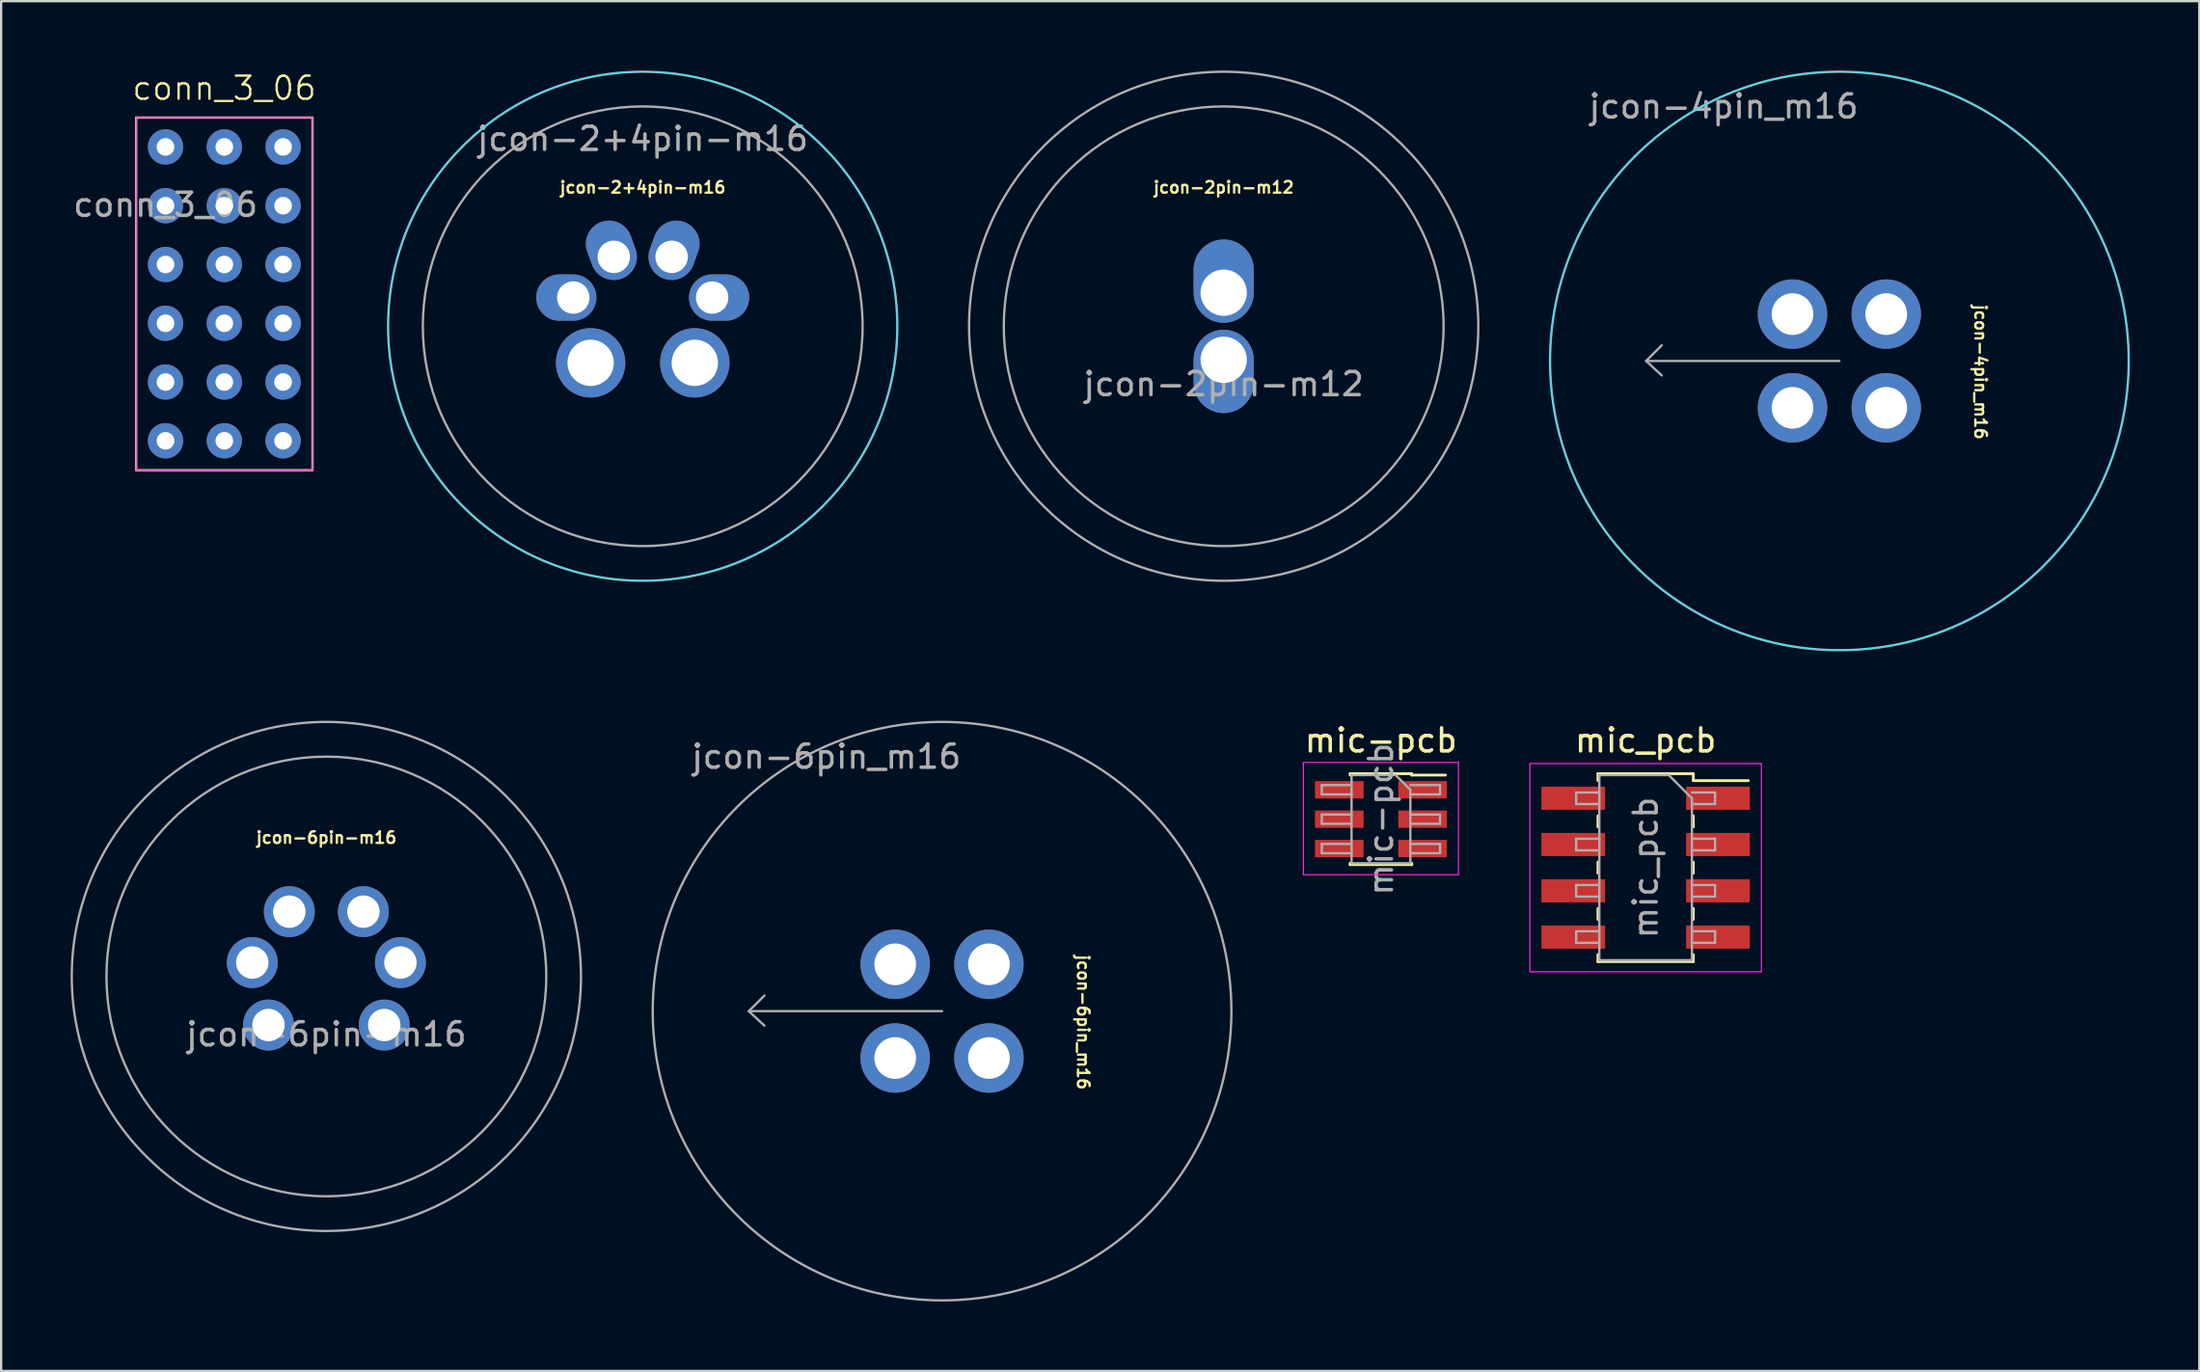
<source format=kicad_pcb>
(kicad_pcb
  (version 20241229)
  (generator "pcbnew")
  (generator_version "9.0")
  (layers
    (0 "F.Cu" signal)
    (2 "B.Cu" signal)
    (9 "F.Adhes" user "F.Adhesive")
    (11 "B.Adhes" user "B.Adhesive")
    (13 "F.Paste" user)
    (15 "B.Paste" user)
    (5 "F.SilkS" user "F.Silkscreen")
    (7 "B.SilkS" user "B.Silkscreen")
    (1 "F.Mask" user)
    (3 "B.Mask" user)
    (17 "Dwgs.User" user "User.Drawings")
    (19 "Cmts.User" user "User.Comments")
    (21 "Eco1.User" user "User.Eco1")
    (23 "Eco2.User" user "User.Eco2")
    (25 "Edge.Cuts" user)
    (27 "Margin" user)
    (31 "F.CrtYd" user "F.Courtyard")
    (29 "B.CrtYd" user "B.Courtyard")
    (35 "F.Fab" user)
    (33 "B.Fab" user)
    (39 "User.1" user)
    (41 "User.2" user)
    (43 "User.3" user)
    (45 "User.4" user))
  (footprint "jcon-2+4pin-m16"
    (layer "F.Cu")
    (at 24.717 11.05)
    (property "Reference" "jcon-2+4pin-m16" (at 0 -6 0) (unlocked yes) (layer "F.SilkS") (effects (font (size 0.5 0.5) (thickness 0.1))))
    (attr through_hole)
    (fp_circle (center 0 0) (end 11 0) (stroke (width 0.05) (type default)) (fill no) (layer "B.CrtYd"))
    (fp_circle (center 0 0) (end 9.5 0) (stroke (width 0.1) (type solid)) (fill no) (layer "F.Fab"))
    (fp_circle (center 0 0) (end 11 0) (stroke (width 0.1) (type solid)) (fill no) (layer "F.Fab"))
    (fp_text user "${REFERENCE}" (at 0 -8.1 0) (unlocked yes) (layer "F.Fab") (effects (font (size 1 1) (thickness 0.15))))
    (pad "1" thru_hole circle (at -2.25 1.58 90) (size 3 3) (drill 2) (layers "*.Cu" "*.Mask"))
    (pad "2" thru_hole oval (at -3 -1.24 90) (size 2 2.6) (drill 1.4 (offset 0 -0.3)) (layers "*.Cu" "*.Mask"))
    (pad "3" thru_hole oval (at -1.25 -3 110) (size 2.6 2) (drill 1.4 (offset 0.3 0)) (layers "*.Cu" "*.Mask"))
    (pad "4" thru_hole oval (at 1.25 -3 160) (size 2 2.6) (drill 1.4 (offset 0 0.3)) (layers "*.Cu" "*.Mask"))
    (pad "5" thru_hole oval (at 3 -1.24) (size 2.6 2) (drill 1.4 (offset 0.3 0)) (layers "*.Cu" "*.Mask"))
    (pad "6" thru_hole circle (at 2.25 1.58 90) (size 3 3) (drill 2) (layers "*.Cu" "*.Mask")))
  (footprint "jcon-2pin-m12"
    (layer "F.Cu")
    (at 49.817 11.05)
    (property "Reference" "jcon-2pin-m12" (at 0 -6 0) (unlocked yes) (layer "F.SilkS") (effects (font (size 0.5 0.5) (thickness 0.1))))
    (attr through_hole)
    (fp_circle (center 0 0) (end 9.5 0) (stroke (width 0.1) (type solid)) (fill no) (layer "F.Fab"))
    (fp_circle (center 0 0) (end 11 0) (stroke (width 0.1) (type solid)) (fill no) (layer "F.Fab"))
    (fp_text user "${REFERENCE}" (at 0 2.5 0) (unlocked yes) (layer "F.Fab") (effects (font (size 1 1) (thickness 0.15))))
    (pad "1" thru_hole oval (at 0 -1.45 90) (size 3.6 2.6) (drill 2 (offset 0.5 0)) (layers "*.Cu" "*.Mask"))
    (pad "2" thru_hole oval (at 0 1.45 270) (size 3.6 2.6) (drill 2 (offset 0.5 0)) (layers "*.Cu" "*.Mask")))
  (footprint "jcon-4pin_m16"
    (layer "F.Cu")
    (at 76.417 12.55)
    (property "Reference" "jcon-4pin_m16" (at 6.1 0.475 270) (unlocked yes) (layer "F.SilkS") (effects (font (size 0.5 0.5) (thickness 0.1))))
    (attr through_hole)
    (fp_circle (center 0 0) (end 12.5 0) (stroke (width 0.05) (type default)) (fill no) (layer "B.CrtYd"))
    (fp_line (start -8.35 0) (end -7.675 0.625) (stroke (width 0.1) (type solid)) (layer "F.Fab"))
    (fp_line (start -8.325 -0.025) (end -7.675 -0.675) (stroke (width 0.1) (type solid)) (layer "F.Fab"))
    (fp_line (start 0 0) (end -8.35 0) (stroke (width 0.1) (type solid)) (layer "F.Fab"))
    (fp_circle (center 0 0) (end 12.5 0) (stroke (width 0.1) (type solid)) (fill no) (layer "F.Fab"))
    (fp_text user "${REFERENCE}" (at -5 -11 0) (unlocked yes) (layer "F.Fab") (effects (font (size 1 1) (thickness 0.15))))
    (pad "1" thru_hole circle (at -2.025 2.025) (size 3 3) (drill 1.8) (layers "*.Cu" "*.Mask"))
    (pad "2" thru_hole circle (at 2.025 2.025) (size 3 3) (drill 1.8) (layers "*.Cu" "*.Mask"))
    (pad "3" thru_hole circle (at 2.025 -2.025) (size 3 3) (drill 1.8) (layers "*.Cu" "*.Mask"))
    (pad "4" thru_hole circle (at -2.025 -2.025) (size 3 3) (drill 1.8) (layers "*.Cu" "*.Mask")))
  (footprint "jcon-6pin-m16"
    (layer "F.Cu")
    (at 11.05 39.15)
    (property "Reference" "jcon-6pin-m16" (at 0 -6 0) (unlocked yes) (layer "F.SilkS") (effects (font (size 0.5 0.5) (thickness 0.1))))
    (attr through_hole)
    (fp_circle (center 0 0) (end 9.5 0) (stroke (width 0.1) (type solid)) (fill no) (layer "F.Fab"))
    (fp_circle (center 0 0) (end 11 0) (stroke (width 0.1) (type solid)) (fill no) (layer "F.Fab"))
    (fp_text user "${REFERENCE}" (at 0 2.5 0) (unlocked yes) (layer "F.Fab") (effects (font (size 1 1) (thickness 0.15))))
    (pad "1" thru_hole circle (at -2.5 2.1 90) (size 2.2 2.2) (drill 1.4) (layers "*.Cu" "*.Mask"))
    (pad "2" thru_hole circle (at -3.2 -0.6 90) (size 2.2 2.2) (drill 1.4) (layers "*.Cu" "*.Mask"))
    (pad "3" thru_hole circle (at -1.6 -2.8 90) (size 2.2 2.2) (drill 1.4) (layers "*.Cu" "*.Mask"))
    (pad "4" thru_hole circle (at 1.6 -2.8 90) (size 2.2 2.2) (drill 1.4) (layers "*.Cu" "*.Mask"))
    (pad "5" thru_hole circle (at 3.2 -0.6 90) (size 2.2 2.2) (drill 1.4) (layers "*.Cu" "*.Mask"))
    (pad "6" thru_hole circle (at 2.5 2.1 90) (size 2.2 2.2) (drill 1.4) (layers "*.Cu" "*.Mask")))
  (footprint "conn_3_06"
    (layer "F.Cu")
    (at 4.101 3.3)
    (property "Reference" "conn_3_06" (at 2.54 -2.54 0) (unlocked yes) (layer "F.SilkS") (effects (font (size 1 1) (thickness 0.1))))
    (attr through_hole)
    (fp_rect (start -1.27 -1.27) (end 6.35 13.97) (stroke (width 0.1) (type default)) (fill no) (layer "F.SilkS"))
    (fp_rect (start -1.27 -1.27) (end 6.35 13.97) (stroke (width 0.05) (type default)) (fill no) (layer "F.CrtYd"))
    (fp_text user "${REFERENCE}" (at 0 2.5 0) (unlocked yes) (layer "F.Fab") (effects (font (size 1 1) (thickness 0.15))))
    (pad "1" thru_hole circle (at 0 0) (size 1.524 1.524) (drill 0.762) (layers "*.Cu" "*.Mask"))
    (pad "2" thru_hole circle (at 2.54 0) (size 1.524 1.524) (drill 0.762) (layers "*.Cu" "*.Mask"))
    (pad "3" thru_hole circle (at 5.08 0) (size 1.524 1.524) (drill 0.762) (layers "*.Cu" "*.Mask"))
    (pad "4" thru_hole circle (at 0 2.54) (size 1.524 1.524) (drill 0.762) (layers "*.Cu" "*.Mask"))
    (pad "5" thru_hole circle (at 2.54 2.54) (size 1.524 1.524) (drill 0.762) (layers "*.Cu" "*.Mask"))
    (pad "6" thru_hole circle (at 5.08 2.54) (size 1.524 1.524) (drill 0.762) (layers "*.Cu" "*.Mask"))
    (pad "7" thru_hole circle (at 0 5.08) (size 1.524 1.524) (drill 0.762) (layers "*.Cu" "*.Mask"))
    (pad "8" thru_hole circle (at 2.54 5.08) (size 1.524 1.524) (drill 0.762) (layers "*.Cu" "*.Mask"))
    (pad "9" thru_hole circle (at 5.08 5.08) (size 1.524 1.524) (drill 0.762) (layers "*.Cu" "*.Mask"))
    (pad "10" thru_hole circle (at 0 7.62) (size 1.524 1.524) (drill 0.762) (layers "*.Cu" "*.Mask"))
    (pad "11" thru_hole circle (at 2.54 7.62) (size 1.524 1.524) (drill 0.762) (layers "*.Cu" "*.Mask"))
    (pad "12" thru_hole circle (at 5.08 7.62) (size 1.524 1.524) (drill 0.762) (layers "*.Cu" "*.Mask"))
    (pad "13" thru_hole circle (at 0 10.16) (size 1.524 1.524) (drill 0.762) (layers "*.Cu" "*.Mask"))
    (pad "14" thru_hole circle (at 2.54 10.16) (size 1.524 1.524) (drill 0.762) (layers "*.Cu" "*.Mask"))
    (pad "15" thru_hole circle (at 5.08 10.16) (size 1.524 1.524) (drill 0.762) (layers "*.Cu" "*.Mask"))
    (pad "16" thru_hole circle (at 0 12.7) (size 1.524 1.524) (drill 0.762) (layers "*.Cu" "*.Mask"))
    (pad "17" thru_hole circle (at 2.54 12.7) (size 1.524 1.524) (drill 0.762) (layers "*.Cu" "*.Mask"))
    (pad "18" thru_hole circle (at 5.08 12.7) (size 1.524 1.524) (drill 0.762) (layers "*.Cu" "*.Mask")))
  (footprint "mic_pcb"
    (layer "F.Cu")
    (at 68.046 34.448)
    (property "Reference" "mic_pcb" (at 0 -5.5 0) (layer "F.SilkS") (effects (font (size 1 1) (thickness 0.15))))
    (attr smd)
    (fp_line (start -2.06 -4.06) (end -2.06 -3.76) (stroke (width 0.12) (type solid)) (layer "F.SilkS"))
    (fp_line (start -2.06 -4.06) (end 2.06 -4.06) (stroke (width 0.12) (type solid)) (layer "F.SilkS"))
    (fp_line (start -2.06 -2.24) (end -2.06 -1.76) (stroke (width 0.12) (type solid)) (layer "F.SilkS"))
    (fp_line (start -2.06 -0.24) (end -2.06 0.24) (stroke (width 0.12) (type solid)) (layer "F.SilkS"))
    (fp_line (start -2.06 1.76) (end -2.06 2.24) (stroke (width 0.12) (type solid)) (layer "F.SilkS"))
    (fp_line (start -2.06 3.76) (end -2.06 4.06) (stroke (width 0.12) (type solid)) (layer "F.SilkS"))
    (fp_line (start -2.06 4.06) (end 2.06 4.06) (stroke (width 0.12) (type solid)) (layer "F.SilkS"))
    (fp_line (start 2.06 -4.06) (end 2.06 -3.76) (stroke (width 0.12) (type solid)) (layer "F.SilkS"))
    (fp_line (start 2.06 -3.76) (end 4.44 -3.76) (stroke (width 0.12) (type solid)) (layer "F.SilkS"))
    (fp_line (start 2.06 -2.24) (end 2.06 -1.76) (stroke (width 0.12) (type solid)) (layer "F.SilkS"))
    (fp_line (start 2.06 -0.24) (end 2.06 0.24) (stroke (width 0.12) (type solid)) (layer "F.SilkS"))
    (fp_line (start 2.06 1.76) (end 2.06 2.24) (stroke (width 0.12) (type solid)) (layer "F.SilkS"))
    (fp_line (start 2.06 3.76) (end 2.06 4.06) (stroke (width 0.12) (type solid)) (layer "F.SilkS"))
    (fp_line (start -5 -4.5) (end 5 -4.5) (stroke (width 0.05) (type solid)) (layer "F.CrtYd"))
    (fp_line (start -5 4.5) (end -5 -4.5) (stroke (width 0.05) (type solid)) (layer "F.CrtYd"))
    (fp_line (start 5 -4.5) (end 5 4.5) (stroke (width 0.05) (type solid)) (layer "F.CrtYd"))
    (fp_line (start 5 4.5) (end -5 4.5) (stroke (width 0.05) (type solid)) (layer "F.CrtYd"))
    (fp_line (start -3 -3.25) (end -2 -3.25) (stroke (width 0.1) (type solid)) (layer "F.Fab"))
    (fp_line (start -3 -2.75) (end -3 -3.25) (stroke (width 0.1) (type solid)) (layer "F.Fab"))
    (fp_line (start -3 -1.25) (end -2 -1.25) (stroke (width 0.1) (type solid)) (layer "F.Fab"))
    (fp_line (start -3 -0.75) (end -3 -1.25) (stroke (width 0.1) (type solid)) (layer "F.Fab"))
    (fp_line (start -3 0.75) (end -2 0.75) (stroke (width 0.1) (type solid)) (layer "F.Fab"))
    (fp_line (start -3 1.25) (end -3 0.75) (stroke (width 0.1) (type solid)) (layer "F.Fab"))
    (fp_line (start -3 2.75) (end -2 2.75) (stroke (width 0.1) (type solid)) (layer "F.Fab"))
    (fp_line (start -3 3.25) (end -3 2.75) (stroke (width 0.1) (type solid)) (layer "F.Fab"))
    (fp_line (start -2 -4) (end 1 -4) (stroke (width 0.1) (type solid)) (layer "F.Fab"))
    (fp_line (start -2 -2.75) (end -3 -2.75) (stroke (width 0.1) (type solid)) (layer "F.Fab"))
    (fp_line (start -2 -0.75) (end -3 -0.75) (stroke (width 0.1) (type solid)) (layer "F.Fab"))
    (fp_line (start -2 1.25) (end -3 1.25) (stroke (width 0.1) (type solid)) (layer "F.Fab"))
    (fp_line (start -2 3.25) (end -3 3.25) (stroke (width 0.1) (type solid)) (layer "F.Fab"))
    (fp_line (start -2 4) (end -2 -4) (stroke (width 0.1) (type solid)) (layer "F.Fab"))
    (fp_line (start 1 -4) (end 2 -3) (stroke (width 0.1) (type solid)) (layer "F.Fab"))
    (fp_line (start 2 -3.25) (end 3 -3.25) (stroke (width 0.1) (type solid)) (layer "F.Fab"))
    (fp_line (start 2 -3) (end 2 4) (stroke (width 0.1) (type solid)) (layer "F.Fab"))
    (fp_line (start 2 -1.25) (end 3 -1.25) (stroke (width 0.1) (type solid)) (layer "F.Fab"))
    (fp_line (start 2 0.75) (end 3 0.75) (stroke (width 0.1) (type solid)) (layer "F.Fab"))
    (fp_line (start 2 2.75) (end 3 2.75) (stroke (width 0.1) (type solid)) (layer "F.Fab"))
    (fp_line (start 2 4) (end -2 4) (stroke (width 0.1) (type solid)) (layer "F.Fab"))
    (fp_line (start 3 -3.25) (end 3 -2.75) (stroke (width 0.1) (type solid)) (layer "F.Fab"))
    (fp_line (start 3 -2.75) (end 2 -2.75) (stroke (width 0.1) (type solid)) (layer "F.Fab"))
    (fp_line (start 3 -1.25) (end 3 -0.75) (stroke (width 0.1) (type solid)) (layer "F.Fab"))
    (fp_line (start 3 -0.75) (end 2 -0.75) (stroke (width 0.1) (type solid)) (layer "F.Fab"))
    (fp_line (start 3 0.75) (end 3 1.25) (stroke (width 0.1) (type solid)) (layer "F.Fab"))
    (fp_line (start 3 1.25) (end 2 1.25) (stroke (width 0.1) (type solid)) (layer "F.Fab"))
    (fp_line (start 3 2.75) (end 3 3.25) (stroke (width 0.1) (type solid)) (layer "F.Fab"))
    (fp_line (start 3 3.25) (end 2 3.25) (stroke (width 0.1) (type solid)) (layer "F.Fab"))
    (fp_text user "${REFERENCE}" (at 0 0 90) (layer "F.Fab") (effects (font (size 1 1) (thickness 0.15))))
    (pad "1" smd rect (at 3.125 -3) (size 2.75 1) (layers "F.Cu" "F.Mask" "F.Paste"))
    (pad "2" smd rect (at -3.125 -3) (size 2.75 1) (layers "F.Cu" "F.Mask" "F.Paste"))
    (pad "3" smd rect (at 3.125 -1) (size 2.75 1) (layers "F.Cu" "F.Mask" "F.Paste"))
    (pad "4" smd rect (at -3.125 -1) (size 2.75 1) (layers "F.Cu" "F.Mask" "F.Paste"))
    (pad "5" smd rect (at 3.125 1) (size 2.75 1) (layers "F.Cu" "F.Mask" "F.Paste"))
    (pad "6" smd rect (at -3.125 1) (size 2.75 1) (layers "F.Cu" "F.Mask" "F.Paste"))
    (pad "7" smd rect (at 3.125 3) (size 2.75 1) (layers "F.Cu" "F.Mask" "F.Paste"))
    (pad "8" smd rect (at -3.125 3) (size 2.75 1) (layers "F.Cu" "F.Mask" "F.Paste")))
  (footprint "jcon-6pin_m16"
    (layer "F.Cu")
    (at 37.65 40.65)
    (property "Reference" "jcon-6pin_m16" (at 6.1 0.475 270) (unlocked yes) (layer "F.SilkS") (effects (font (size 0.5 0.5) (thickness 0.1))))
    (attr through_hole)
    (fp_line (start -8.35 0) (end -7.675 0.625) (stroke (width 0.1) (type solid)) (layer "F.Fab"))
    (fp_line (start -8.325 -0.025) (end -7.675 -0.675) (stroke (width 0.1) (type solid)) (layer "F.Fab"))
    (fp_line (start 0 0) (end -8.35 0) (stroke (width 0.1) (type solid)) (layer "F.Fab"))
    (fp_circle (center 0 0) (end 12.5 0) (stroke (width 0.1) (type solid)) (fill no) (layer "F.Fab"))
    (fp_text user "${REFERENCE}" (at -5 -11 0) (unlocked yes) (layer "F.Fab") (effects (font (size 1 1) (thickness 0.15))))
    (pad "1" thru_hole circle (at -2.025 2.025) (size 3 3) (drill 1.8) (layers "*.Cu" "*.Mask"))
    (pad "2" thru_hole circle (at 2.025 2.025) (size 3 3) (drill 1.8) (layers "*.Cu" "*.Mask"))
    (pad "3" thru_hole circle (at 2.025 -2.025) (size 3 3) (drill 1.8) (layers "*.Cu" "*.Mask"))
    (pad "4" thru_hole circle (at -2.025 -2.025) (size 3 3) (drill 1.8) (layers "*.Cu" "*.Mask")))
  (footprint "mic-pcb"
    (layer "F.Cu")
    (at 56.611 32.353)
    (property "Reference" "mic-pcb" (at 0 -3.405 0) (layer "F.SilkS") (effects (font (size 1 1) (thickness 0.15))))
    (attr smd)
    (fp_line (start -1.33 -1.965) (end -1.33 -1.905) (stroke (width 0.12) (type solid)) (layer "F.SilkS"))
    (fp_line (start -1.33 -1.965) (end 1.33 -1.965) (stroke (width 0.12) (type solid)) (layer "F.SilkS"))
    (fp_line (start -1.33 1.905) (end -1.33 1.965) (stroke (width 0.12) (type solid)) (layer "F.SilkS"))
    (fp_line (start -1.33 1.965) (end 1.33 1.965) (stroke (width 0.12) (type solid)) (layer "F.SilkS"))
    (fp_line (start 1.33 -1.965) (end 1.33 -1.905) (stroke (width 0.12) (type solid)) (layer "F.SilkS"))
    (fp_line (start 1.33 -1.905) (end 2.79 -1.905) (stroke (width 0.12) (type solid)) (layer "F.SilkS"))
    (fp_line (start 1.33 1.905) (end 1.33 1.965) (stroke (width 0.12) (type solid)) (layer "F.SilkS"))
    (fp_line (start -3.35 -2.45) (end 3.35 -2.45) (stroke (width 0.05) (type solid)) (layer "F.CrtYd"))
    (fp_line (start -3.35 2.4) (end -3.35 -2.45) (stroke (width 0.05) (type solid)) (layer "F.CrtYd"))
    (fp_line (start 3.35 -2.45) (end 3.35 2.4) (stroke (width 0.05) (type solid)) (layer "F.CrtYd"))
    (fp_line (start 3.35 2.4) (end -3.35 2.4) (stroke (width 0.05) (type solid)) (layer "F.CrtYd"))
    (fp_line (start -2.555 -1.47) (end -1.27 -1.47) (stroke (width 0.1) (type solid)) (layer "F.Fab"))
    (fp_line (start -2.555 -1.07) (end -2.555 -1.47) (stroke (width 0.1) (type solid)) (layer "F.Fab"))
    (fp_line (start -2.555 -0.2) (end -1.27 -0.2) (stroke (width 0.1) (type solid)) (layer "F.Fab"))
    (fp_line (start -2.555 0.2) (end -2.555 -0.2) (stroke (width 0.1) (type solid)) (layer "F.Fab"))
    (fp_line (start -2.555 1.07) (end -1.27 1.07) (stroke (width 0.1) (type solid)) (layer "F.Fab"))
    (fp_line (start -2.555 1.47) (end -2.555 1.07) (stroke (width 0.1) (type solid)) (layer "F.Fab"))
    (fp_line (start -1.27 -1.905) (end 0.635 -1.905) (stroke (width 0.1) (type solid)) (layer "F.Fab"))
    (fp_line (start -1.27 -1.07) (end -2.555 -1.07) (stroke (width 0.1) (type solid)) (layer "F.Fab"))
    (fp_line (start -1.27 0.2) (end -2.555 0.2) (stroke (width 0.1) (type solid)) (layer "F.Fab"))
    (fp_line (start -1.27 1.47) (end -2.555 1.47) (stroke (width 0.1) (type solid)) (layer "F.Fab"))
    (fp_line (start -1.27 1.905) (end -1.27 -1.905) (stroke (width 0.1) (type solid)) (layer "F.Fab"))
    (fp_line (start 0.635 -1.905) (end 1.27 -1.27) (stroke (width 0.1) (type solid)) (layer "F.Fab"))
    (fp_line (start 1.27 -1.47) (end 2.555 -1.47) (stroke (width 0.1) (type solid)) (layer "F.Fab"))
    (fp_line (start 1.27 -1.27) (end 1.27 1.905) (stroke (width 0.1) (type solid)) (layer "F.Fab"))
    (fp_line (start 1.27 -0.2) (end 2.555 -0.2) (stroke (width 0.1) (type solid)) (layer "F.Fab"))
    (fp_line (start 1.27 1.07) (end 2.555 1.07) (stroke (width 0.1) (type solid)) (layer "F.Fab"))
    (fp_line (start 1.27 1.905) (end -1.27 1.905) (stroke (width 0.1) (type solid)) (layer "F.Fab"))
    (fp_line (start 2.555 -1.47) (end 2.555 -1.07) (stroke (width 0.1) (type solid)) (layer "F.Fab"))
    (fp_line (start 2.555 -1.07) (end 1.27 -1.07) (stroke (width 0.1) (type solid)) (layer "F.Fab"))
    (fp_line (start 2.555 -0.2) (end 2.555 0.2) (stroke (width 0.1) (type solid)) (layer "F.Fab"))
    (fp_line (start 2.555 0.2) (end 1.27 0.2) (stroke (width 0.1) (type solid)) (layer "F.Fab"))
    (fp_line (start 2.555 1.07) (end 2.555 1.47) (stroke (width 0.1) (type solid)) (layer "F.Fab"))
    (fp_line (start 2.555 1.47) (end 1.27 1.47) (stroke (width 0.1) (type solid)) (layer "F.Fab"))
    (fp_text user "${REFERENCE}" (at 0 0 90) (layer "F.Fab") (effects (font (size 1 1) (thickness 0.15))))
    (pad "1" smd rect (at 1.8 -1.27) (size 2.1 0.75) (layers "F.Cu" "F.Mask" "F.Paste"))
    (pad "2" smd rect (at -1.8 -1.27) (size 2.1 0.75) (layers "F.Cu" "F.Mask" "F.Paste"))
    (pad "3" smd rect (at 1.8 0) (size 2.1 0.75) (layers "F.Cu" "F.Mask" "F.Paste"))
    (pad "4" smd rect (at -1.8 0) (size 2.1 0.75) (layers "F.Cu" "F.Mask" "F.Paste"))
    (pad "5" smd rect (at 1.8 1.27) (size 2.1 0.75) (layers "F.Cu" "F.Mask" "F.Paste"))
    (pad "6" smd rect (at -1.8 1.27) (size 2.1 0.75) (layers "F.Cu" "F.Mask" "F.Paste")))
  (gr_rect
    (start -3 -3)
    (end 91.967 56.2)
    (stroke (width 0.1) (type default))
    (fill no)
    (layer "Edge.Cuts")))
</source>
